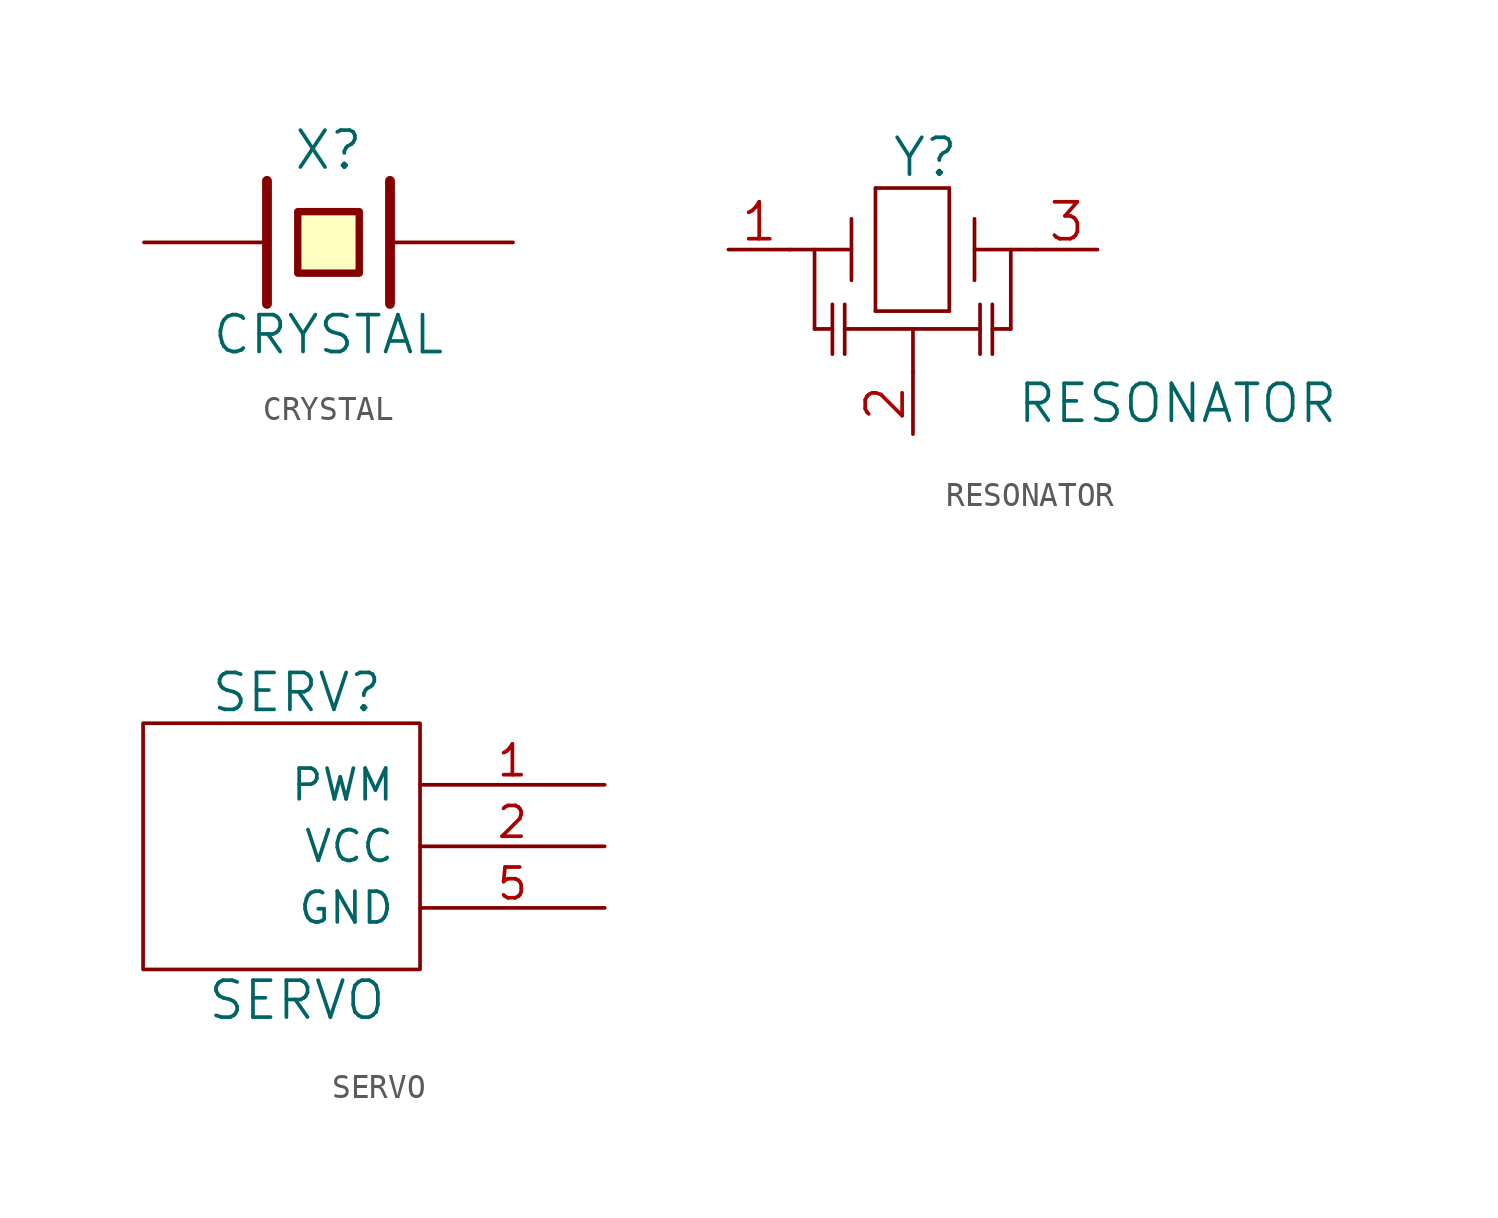
<source format=kicad_sym>
(kicad_symbol_lib
  (version 20211014)
  (generator kicad_symbol_editor)
  (symbol "CRYSTAL"
    (pin_numbers hide)
    (pin_names
      (offset 1.016) hide)
    (property "Reference" "X"
      (at 0 3.81 0)
      (effects (font (size 1.524 1.524))))
    (property "Value" "CRYSTAL"
      (at 0 -3.81 0)
      (effects (font (size 1.524 1.524))))
    (property "Footprint" ""
      (at 0 0 0)
      (effects (font (size 1.524 1.524))))
    (property "Datasheet" ""
      (at 0 0 0)
      (effects (font (size 1.524 1.524))))
    (symbol "CRYSTAL_0_1"
      (polyline (pts (xy -2.54 2.54) (xy -2.54 -2.54)) (stroke (width 0.406) (type default) (color 0 0 0 0)) (fill (type none)))
      (polyline (pts (xy 2.54 2.54) (xy 2.54 -2.54)) (stroke (width 0.406) (type default) (color 0 0 0 0)) (fill (type none)))
      (polyline (pts (xy -1.27 1.27) (xy 1.27 1.27) (xy 1.27 -1.27) (xy -1.27 -1.27) (xy -1.27 1.27)) (stroke (width 0.305) (type default) (color 0 0 0 0)) (fill (type background))))
    (symbol "CRYSTAL_1_1"
      (pin passive line (at -7.62 0 0) (length 5.08) (name "1" (effects (font (size 1.016 1.016)))) (number "1" (effects (font (size 1.016 1.016)))))
      (pin passive line (at 7.62 0 180) (length 5.08) (name "2" (effects (font (size 1.016 1.016)))) (number "2" (effects (font (size 1.016 1.016)))))))
  (symbol "RESONATOR"
    (pin_names
      (offset 0.762) hide)
    (property "Reference" "Y"
      (at 0.508 5.08 0)
      (effects (font (size 1.524 1.524))))
    (property "Value" "RESONATOR"
      (at 10.922 -5.08 0)
      (effects (font (size 1.524 1.524))))
    (property "Footprint" ""
      (at 0 0 0)
      (effects (font (size 1.524 1.524))))
    (property "Datasheet" ""
      (at 0 0 0)
      (effects (font (size 1.524 1.524))))
    (symbol "RESONATOR_0_1"
      (polyline (pts (xy -5.08 1.27) (xy -2.54 1.27)) (stroke (width 0) (type default) (color 0 0 0 0)) (fill (type none)))
      (polyline (pts (xy -4.064 -2.007) (xy -3.327 -2.007)) (stroke (width 0) (type default) (color 0 0 0 0)) (fill (type none)))
      (polyline (pts (xy -4.064 1.27) (xy -4.064 -2.007)) (stroke (width 0) (type default) (color 0 0 0 0)) (fill (type none)))
      (polyline (pts (xy -3.327 -0.991) (xy -3.327 -3.048)) (stroke (width 0) (type default) (color 0 0 0 0)) (fill (type none)))
      (polyline (pts (xy -2.819 -2.007) (xy -0.279 -2.007)) (stroke (width 0) (type default) (color 0 0 0 0)) (fill (type none)))
      (polyline (pts (xy -2.819 -0.991) (xy -2.819 -3.048)) (stroke (width 0) (type default) (color 0 0 0 0)) (fill (type none)))
      (polyline (pts (xy -2.54 2.54) (xy -2.54 0)) (stroke (width 0) (type default) (color 0 0 0 0)) (fill (type none)))
      (polyline (pts (xy -1.549 -1.27) (xy 1.499 -1.27)) (stroke (width 0) (type default) (color 0 0 0 0)) (fill (type none)))
      (polyline (pts (xy -1.549 3.81) (xy -1.549 -1.27)) (stroke (width 0) (type default) (color 0 0 0 0)) (fill (type none)))
      (polyline (pts (xy 0 -2.007) (xy 0 -3.81)) (stroke (width 0) (type default) (color 0 0 0 0)) (fill (type none)))
      (polyline (pts (xy 1.499 -1.27) (xy 1.499 3.81)) (stroke (width 0) (type default) (color 0 0 0 0)) (fill (type none)))
      (polyline (pts (xy 1.499 3.81) (xy -1.549 3.81)) (stroke (width 0) (type default) (color 0 0 0 0)) (fill (type none)))
      (polyline (pts (xy 2.54 2.54) (xy 2.54 0)) (stroke (width 0) (type default) (color 0 0 0 0)) (fill (type none)))
      (polyline (pts (xy 2.769 -2.007) (xy -0.279 -2.007)) (stroke (width 0) (type default) (color 0 0 0 0)) (fill (type none)))
      (polyline (pts (xy 2.769 -0.991) (xy 2.769 -3.048)) (stroke (width 0) (type default) (color 0 0 0 0)) (fill (type none)))
      (polyline (pts (xy 3.277 -0.991) (xy 3.277 -3.048)) (stroke (width 0) (type default) (color 0 0 0 0)) (fill (type none)))
      (polyline (pts (xy 4.039 -2.007) (xy 3.277 -2.007)) (stroke (width 0) (type default) (color 0 0 0 0)) (fill (type none)))
      (polyline (pts (xy 4.039 1.27) (xy 4.039 -2.007)) (stroke (width 0) (type default) (color 0 0 0 0)) (fill (type none)))
      (polyline (pts (xy 5.08 1.27) (xy 2.54 1.27)) (stroke (width 0) (type default) (color 0 0 0 0)) (fill (type none))))
    (symbol "RESONATOR_1_1"
      (pin passive line (at -7.62 1.27 0) (length 2.54) (name "1" (effects (font (size 1.524 1.524)))) (number "1" (effects (font (size 1.524 1.524)))))
      (pin passive line (at 0 -6.35 90) (length 2.54) (name "2" (effects (font (size 1.524 1.524)))) (number "2" (effects (font (size 1.524 1.524)))))
      (pin passive line (at 7.62 1.27 180) (length 2.54) (name "3" (effects (font (size 1.524 1.524)))) (number "3" (effects (font (size 1.524 1.524)))))))
  (symbol "SERVO"
    (pin_names
      (offset 1.016))
    (property "Reference" "SERV"
      (at 1.27 6.35 0)
      (effects (font (size 1.524 1.524))))
    (property "Value" "SERVO"
      (at 1.27 -6.35 0)
      (effects (font (size 1.524 1.524))))
    (property "Footprint" ""
      (at 0 0 0)
      (effects (font (size 1.524 1.524))))
    (property "Datasheet" ""
      (at 0 0 0)
      (effects (font (size 1.524 1.524))))
    (symbol "SERVO_0_1"
      (rectangle (start -5.08 -5.08) (end 6.35 5.08) (stroke (width 0) (type default) (color 0 0 0 0)) (fill (type none))))
    (symbol "SERVO_1_1"
      (pin output line (at 13.97 2.54 180) (length 7.62) (name "PWM" (effects (font (size 1.27 1.27)))) (number "1" (effects (font (size 1.27 1.27)))))
      (pin output line (at 13.97 0 180) (length 7.62) (name "VCC" (effects (font (size 1.27 1.27)))) (number "2" (effects (font (size 1.27 1.27)))))
      (pin output line (at 13.97 -2.54 180) (length 7.62) (name "GND" (effects (font (size 1.27 1.27)))) (number "5" (effects (font (size 1.27 1.27))))))))
</source>
